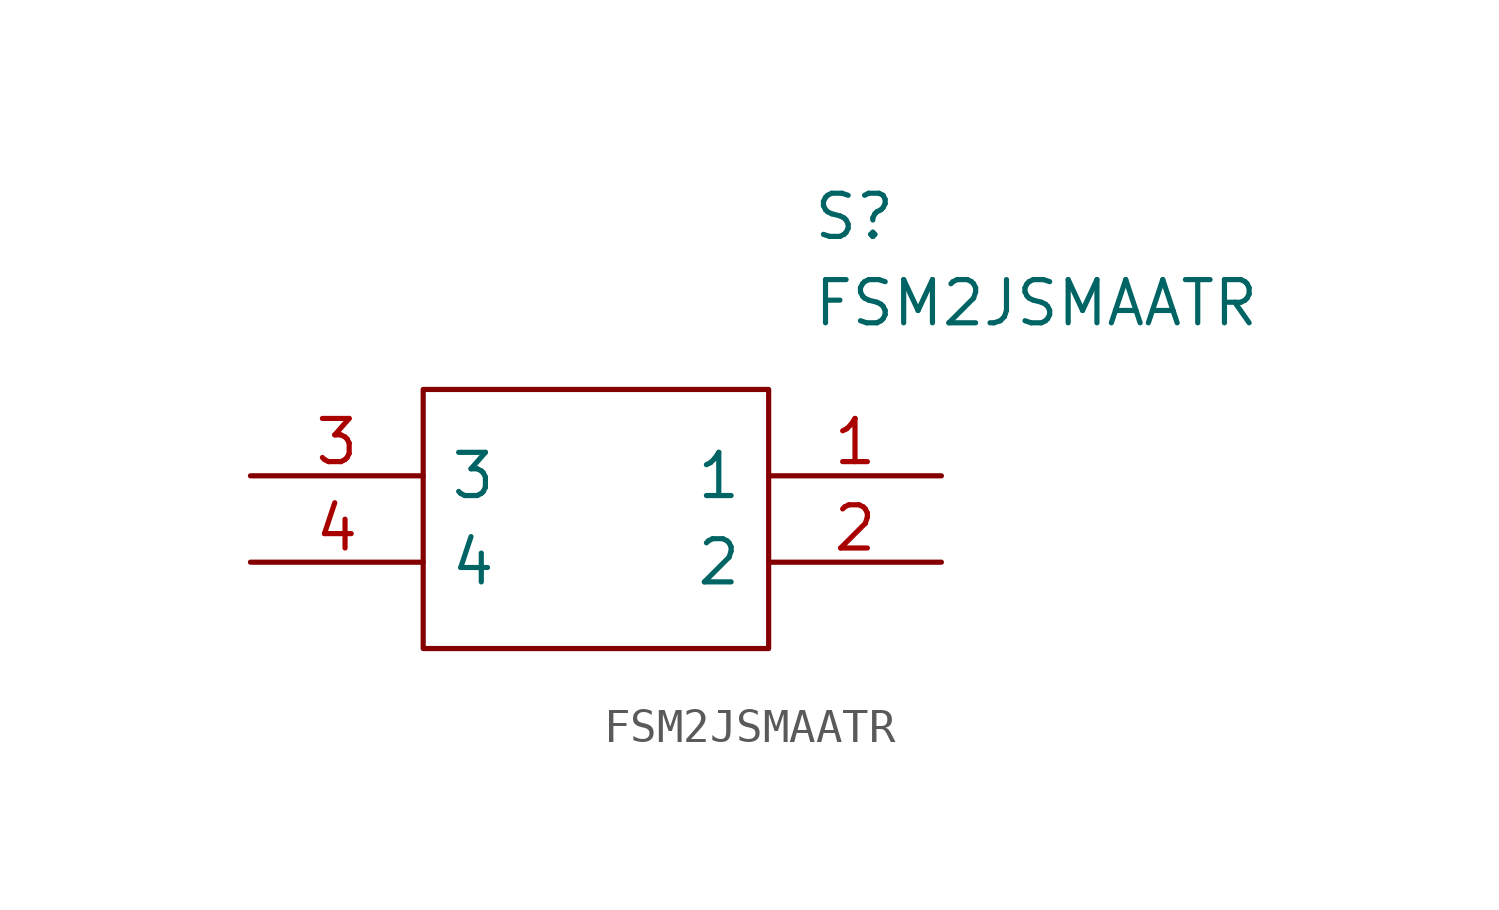
<source format=kicad_sym>
(kicad_symbol_lib
  (version 20211014)
  (generator kicad_symbol_editor)
  (symbol "FSM2JSMAATR"
    (pin_names
      (offset 0.762))
    (property "Reference" "S"
      (at 16.51 7.62 0)
      (effects (font (size 1.27 1.27)) (justify left)))
    (property "Value" "FSM2JSMAATR"
      (at 16.51 5.08 0)
      (effects (font (size 1.27 1.27)) (justify left)))
    (symbol "FSM2JSMAATR_0_0"
      (pin passive line (at 20.32 0 180) (length 5.08) (name "1" (effects (font (size 1.27 1.27)))) (number "1" (effects (font (size 1.27 1.27)))))
      (pin passive line (at 20.32 -2.54 180) (length 5.08) (name "2" (effects (font (size 1.27 1.27)))) (number "2" (effects (font (size 1.27 1.27)))))
      (pin passive line (at 0 0 0) (length 5.08) (name "3" (effects (font (size 1.27 1.27)))) (number "3" (effects (font (size 1.27 1.27)))))
      (pin passive line (at 0 -2.54 0) (length 5.08) (name "4" (effects (font (size 1.27 1.27)))) (number "4" (effects (font (size 1.27 1.27))))))
    (symbol "FSM2JSMAATR_0_1"
      (polyline (pts (xy 5.08 2.54) (xy 15.24 2.54) (xy 15.24 -5.08) (xy 5.08 -5.08) (xy 5.08 2.54)) (stroke (width 0.152) (type default) (color 0 0 0 0)) (fill (type none))))))
</source>
